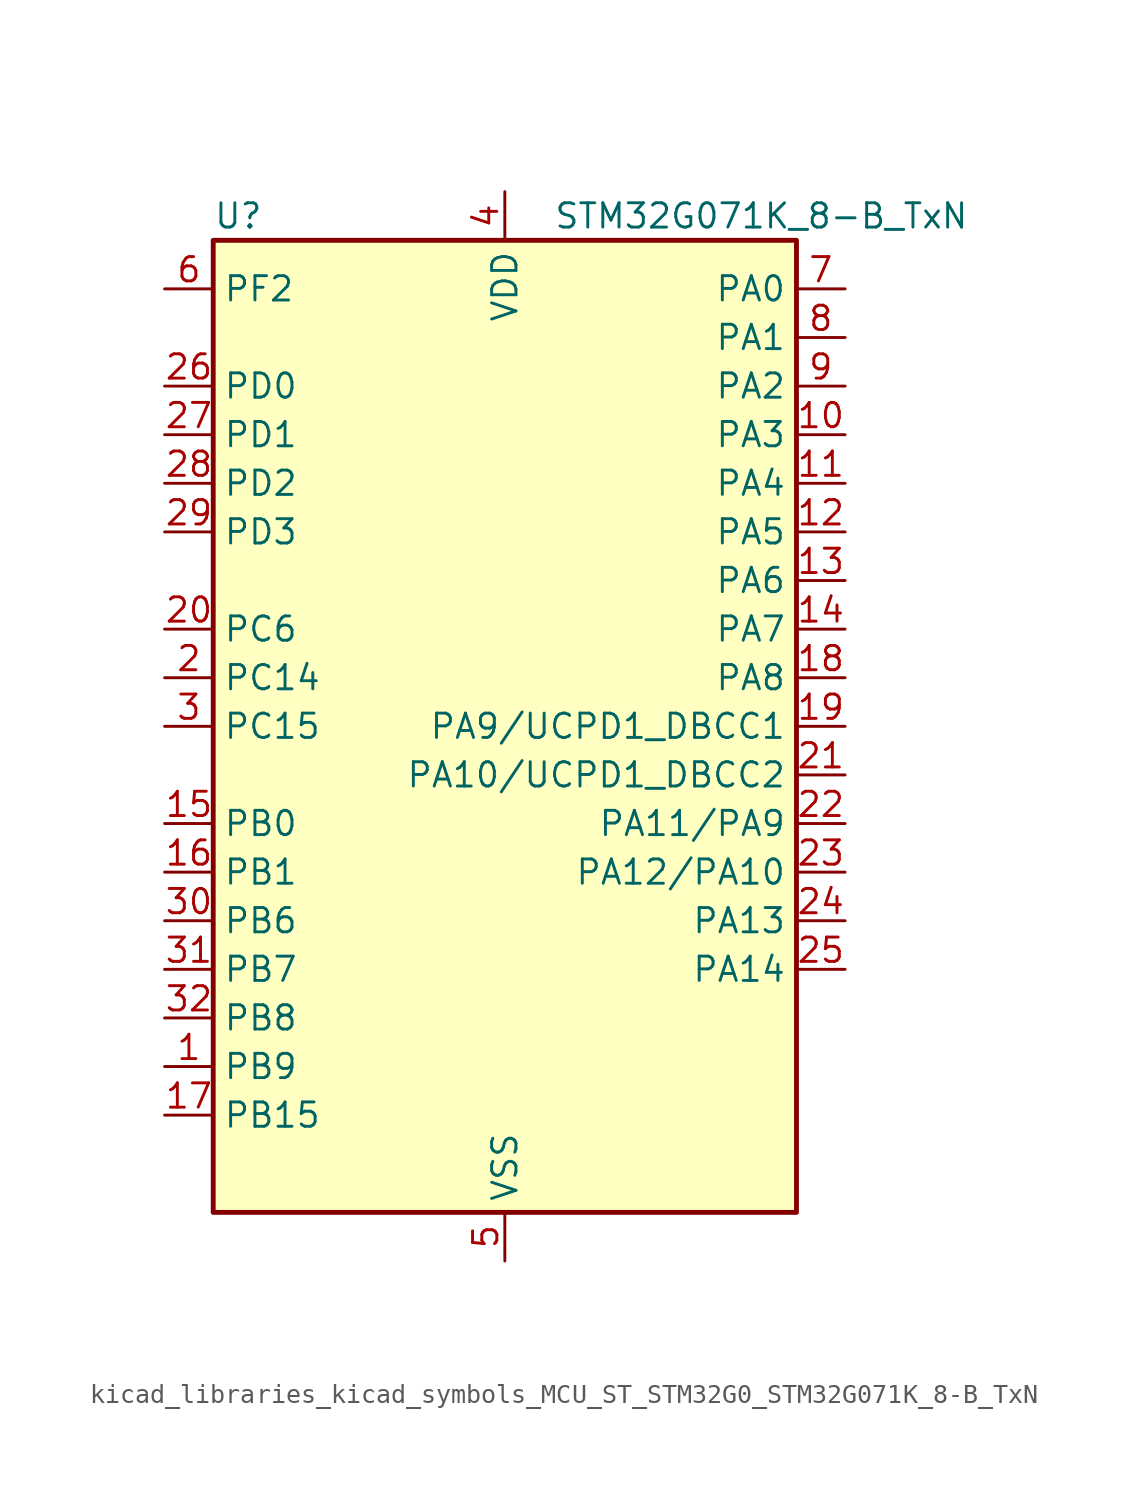
<source format=kicad_sym>
(kicad_symbol_lib
  (version 20220914)
  (generator kicad_symbol_editor)
  (symbol "kicad_libraries_kicad_symbols_MCU_ST_STM32G0_STM32G071K_8-B_TxN"
    (property "Reference" "U"
      (at -15.24 26.67 0)
      (effects (font (size 1.27 1.27)) (justify left)))
    (property "Value" "STM32G071K_8-B_TxN"
      (at 2.54 26.67 0)
      (effects (font (size 1.27 1.27)) (justify left)))
    (property "ki_locked" ""
      (at 0 0 0)
      (effects (font (size 1.27 1.27))))
    (symbol "kicad_libraries_kicad_symbols_MCU_ST_STM32G0_STM32G071K_8-B_TxN_0_1"
      (rectangle (start -15.24 -25.4) (end 15.24 25.4) (stroke (width 0.254) (type default)) (fill (type background))))
    (symbol "kicad_libraries_kicad_symbols_MCU_ST_STM32G0_STM32G071K_8-B_TxN_1_1"
      (pin bidirectional line (at -17.78 -17.78 0) (length 2.54) (name "PB9" (effects (font (size 1.27 1.27)))) (number "1" (effects (font (size 1.27 1.27)))) (alternate "DAC1_EXTI9" bidirectional line) (alternate "I2C1_SDA" bidirectional line) (alternate "IR_OUT" bidirectional line) (alternate "SPI2_NSS" bidirectional line) (alternate "TIM17_CH1" bidirectional line) (alternate "UCPD2_FRSTX1" bidirectional line) (alternate "UCPD2_FRSTX2" bidirectional line) (alternate "USART3_RX" bidirectional line))
      (pin bidirectional line (at 17.78 15.24 180) (length 2.54) (name "PA3" (effects (font (size 1.27 1.27)))) (number "10" (effects (font (size 1.27 1.27)))) (alternate "ADC1_IN3" bidirectional line) (alternate "COMP2_INP" bidirectional line) (alternate "LPUART1_RX" bidirectional line) (alternate "SPI2_MISO" bidirectional line) (alternate "TIM15_CH2" bidirectional line) (alternate "TIM2_CH4" bidirectional line) (alternate "UCPD2_FRSTX1" bidirectional line) (alternate "UCPD2_FRSTX2" bidirectional line) (alternate "USART2_RX" bidirectional line))
      (pin bidirectional line (at 17.78 12.7 180) (length 2.54) (name "PA4" (effects (font (size 1.27 1.27)))) (number "11" (effects (font (size 1.27 1.27)))) (alternate "ADC1_IN4" bidirectional line) (alternate "DAC1_OUT1" bidirectional line) (alternate "I2S1_WS" bidirectional line) (alternate "LPTIM2_OUT" bidirectional line) (alternate "RTC_OUT_ALARM" bidirectional line) (alternate "RTC_OUT_CALIB" bidirectional line) (alternate "RTC_TAMP_IN1" bidirectional line) (alternate "RTC_TS" bidirectional line) (alternate "SPI1_NSS" bidirectional line) (alternate "SPI2_MOSI" bidirectional line) (alternate "SYS_WKUP2" bidirectional line) (alternate "TIM14_CH1" bidirectional line) (alternate "UCPD2_FRSTX1" bidirectional line) (alternate "UCPD2_FRSTX2" bidirectional line))
      (pin bidirectional line (at 17.78 10.16 180) (length 2.54) (name "PA5" (effects (font (size 1.27 1.27)))) (number "12" (effects (font (size 1.27 1.27)))) (alternate "ADC1_IN5" bidirectional line) (alternate "CEC" bidirectional line) (alternate "DAC1_OUT2" bidirectional line) (alternate "I2S1_CK" bidirectional line) (alternate "LPTIM2_ETR" bidirectional line) (alternate "SPI1_SCK" bidirectional line) (alternate "TIM2_CH1" bidirectional line) (alternate "TIM2_ETR" bidirectional line) (alternate "UCPD1_FRSTX1" bidirectional line) (alternate "UCPD1_FRSTX2" bidirectional line) (alternate "USART3_TX" bidirectional line))
      (pin bidirectional line (at 17.78 7.62 180) (length 2.54) (name "PA6" (effects (font (size 1.27 1.27)))) (number "13" (effects (font (size 1.27 1.27)))) (alternate "ADC1_IN6" bidirectional line) (alternate "COMP1_OUT" bidirectional line) (alternate "I2S1_MCK" bidirectional line) (alternate "LPUART1_CTS" bidirectional line) (alternate "SPI1_MISO" bidirectional line) (alternate "TIM16_CH1" bidirectional line) (alternate "TIM1_BK" bidirectional line) (alternate "TIM3_CH1" bidirectional line) (alternate "USART3_CTS" bidirectional line) (alternate "USART3_NSS" bidirectional line))
      (pin bidirectional line (at 17.78 5.08 180) (length 2.54) (name "PA7" (effects (font (size 1.27 1.27)))) (number "14" (effects (font (size 1.27 1.27)))) (alternate "ADC1_IN7" bidirectional line) (alternate "COMP2_OUT" bidirectional line) (alternate "I2S1_SD" bidirectional line) (alternate "SPI1_MOSI" bidirectional line) (alternate "TIM14_CH1" bidirectional line) (alternate "TIM17_CH1" bidirectional line) (alternate "TIM1_CH1N" bidirectional line) (alternate "TIM3_CH2" bidirectional line) (alternate "UCPD1_FRSTX1" bidirectional line) (alternate "UCPD1_FRSTX2" bidirectional line))
      (pin bidirectional line (at -17.78 -5.08 0) (length 2.54) (name "PB0" (effects (font (size 1.27 1.27)))) (number "15" (effects (font (size 1.27 1.27)))) (alternate "ADC1_IN8" bidirectional line) (alternate "COMP1_OUT" bidirectional line) (alternate "I2S1_WS" bidirectional line) (alternate "LPTIM1_OUT" bidirectional line) (alternate "SPI1_NSS" bidirectional line) (alternate "TIM1_CH2N" bidirectional line) (alternate "TIM3_CH3" bidirectional line) (alternate "UCPD1_FRSTX1" bidirectional line) (alternate "UCPD1_FRSTX2" bidirectional line) (alternate "USART3_RX" bidirectional line))
      (pin bidirectional line (at -17.78 -7.62 0) (length 2.54) (name "PB1" (effects (font (size 1.27 1.27)))) (number "16" (effects (font (size 1.27 1.27)))) (alternate "ADC1_IN9" bidirectional line) (alternate "COMP1_INM" bidirectional line) (alternate "LPTIM2_IN1" bidirectional line) (alternate "LPUART1_DE" bidirectional line) (alternate "LPUART1_RTS" bidirectional line) (alternate "TIM14_CH1" bidirectional line) (alternate "TIM1_CH3N" bidirectional line) (alternate "TIM3_CH4" bidirectional line) (alternate "USART3_CK" bidirectional line) (alternate "USART3_DE" bidirectional line) (alternate "USART3_RTS" bidirectional line))
      (pin bidirectional line (at -17.78 -20.32 0) (length 2.54) (name "PB15" (effects (font (size 1.27 1.27)))) (number "17" (effects (font (size 1.27 1.27)))) (alternate "RTC_REFIN" bidirectional line) (alternate "SPI2_MOSI" bidirectional line) (alternate "TIM15_CH1N" bidirectional line) (alternate "TIM15_CH2" bidirectional line) (alternate "TIM1_CH3N" bidirectional line) (alternate "UCPD1_CC2" bidirectional line))
      (pin bidirectional line (at 17.78 2.54 180) (length 2.54) (name "PA8" (effects (font (size 1.27 1.27)))) (number "18" (effects (font (size 1.27 1.27)))) (alternate "LPTIM2_OUT" bidirectional line) (alternate "RCC_MCO" bidirectional line) (alternate "SPI2_NSS" bidirectional line) (alternate "TIM1_CH1" bidirectional line) (alternate "UCPD1_CC1" bidirectional line))
      (pin bidirectional line (at 17.78 0 180) (length 2.54) (name "PA9/UCPD1_DBCC1" (effects (font (size 1.27 1.27)))) (number "19" (effects (font (size 1.27 1.27)))) (alternate "DAC1_EXTI9" bidirectional line) (alternate "I2C1_SCL" bidirectional line) (alternate "RCC_MCO" bidirectional line) (alternate "SPI2_MISO" bidirectional line) (alternate "TIM15_BK" bidirectional line) (alternate "TIM1_CH2" bidirectional line) (alternate "UCPD1_DBCC1" bidirectional line) (alternate "USART1_TX" bidirectional line))
      (pin bidirectional line (at -17.78 2.54 0) (length 2.54) (name "PC14" (effects (font (size 1.27 1.27)))) (number "2" (effects (font (size 1.27 1.27)))) (alternate "RCC_OSC32_IN" bidirectional line) (alternate "RCC_OSC_IN" bidirectional line) (alternate "TIM1_BK2" bidirectional line))
      (pin bidirectional line (at -17.78 5.08 0) (length 2.54) (name "PC6" (effects (font (size 1.27 1.27)))) (number "20" (effects (font (size 1.27 1.27)))) (alternate "TIM2_CH3" bidirectional line) (alternate "TIM3_CH1" bidirectional line) (alternate "UCPD1_FRSTX1" bidirectional line) (alternate "UCPD1_FRSTX2" bidirectional line))
      (pin bidirectional line (at 17.78 -2.54 180) (length 2.54) (name "PA10/UCPD1_DBCC2" (effects (font (size 1.27 1.27)))) (number "21" (effects (font (size 1.27 1.27)))) (alternate "I2C1_SDA" bidirectional line) (alternate "SPI2_MOSI" bidirectional line) (alternate "TIM17_BK" bidirectional line) (alternate "TIM1_CH3" bidirectional line) (alternate "UCPD1_DBCC2" bidirectional line) (alternate "USART1_RX" bidirectional line))
      (pin bidirectional line (at 17.78 -5.08 180) (length 2.54) (name "PA11/PA9" (effects (font (size 1.27 1.27)))) (number "22" (effects (font (size 1.27 1.27)))) (alternate "ADC1_EXTI11" bidirectional line) (alternate "COMP1_OUT" bidirectional line) (alternate "I2C2_SCL" bidirectional line) (alternate "I2S1_MCK" bidirectional line) (alternate "SPI1_MISO" bidirectional line) (alternate "TIM1_BK2" bidirectional line) (alternate "TIM1_CH4" bidirectional line) (alternate "USART1_CTS" bidirectional line) (alternate "USART1_NSS" bidirectional line))
      (pin bidirectional line (at 17.78 -7.62 180) (length 2.54) (name "PA12/PA10" (effects (font (size 1.27 1.27)))) (number "23" (effects (font (size 1.27 1.27)))) (alternate "COMP2_OUT" bidirectional line) (alternate "I2C2_SDA" bidirectional line) (alternate "I2S1_SD" bidirectional line) (alternate "I2S_CKIN" bidirectional line) (alternate "SPI1_MOSI" bidirectional line) (alternate "TIM1_ETR" bidirectional line) (alternate "USART1_CK" bidirectional line) (alternate "USART1_DE" bidirectional line) (alternate "USART1_RTS" bidirectional line))
      (pin bidirectional line (at 17.78 -10.16 180) (length 2.54) (name "PA13" (effects (font (size 1.27 1.27)))) (number "24" (effects (font (size 1.27 1.27)))) (alternate "IR_OUT" bidirectional line) (alternate "SYS_SWDIO" bidirectional line))
      (pin bidirectional line (at 17.78 -12.7 180) (length 2.54) (name "PA14" (effects (font (size 1.27 1.27)))) (number "25" (effects (font (size 1.27 1.27)))) (alternate "SYS_SWCLK" bidirectional line) (alternate "USART2_TX" bidirectional line))
      (pin bidirectional line (at -17.78 17.78 0) (length 2.54) (name "PD0" (effects (font (size 1.27 1.27)))) (number "26" (effects (font (size 1.27 1.27)))) (alternate "SPI2_NSS" bidirectional line) (alternate "TIM16_CH1" bidirectional line) (alternate "UCPD2_CC1" bidirectional line))
      (pin bidirectional line (at -17.78 15.24 0) (length 2.54) (name "PD1" (effects (font (size 1.27 1.27)))) (number "27" (effects (font (size 1.27 1.27)))) (alternate "SPI2_SCK" bidirectional line) (alternate "TIM17_CH1" bidirectional line) (alternate "UCPD2_DBCC1" bidirectional line))
      (pin bidirectional line (at -17.78 12.7 0) (length 2.54) (name "PD2" (effects (font (size 1.27 1.27)))) (number "28" (effects (font (size 1.27 1.27)))) (alternate "TIM1_CH1N" bidirectional line) (alternate "TIM3_ETR" bidirectional line) (alternate "UCPD2_CC2" bidirectional line) (alternate "USART3_CK" bidirectional line) (alternate "USART3_DE" bidirectional line) (alternate "USART3_RTS" bidirectional line))
      (pin bidirectional line (at -17.78 10.16 0) (length 2.54) (name "PD3" (effects (font (size 1.27 1.27)))) (number "29" (effects (font (size 1.27 1.27)))) (alternate "SPI2_MISO" bidirectional line) (alternate "TIM1_CH2N" bidirectional line) (alternate "UCPD2_DBCC2" bidirectional line) (alternate "USART2_CTS" bidirectional line) (alternate "USART2_NSS" bidirectional line))
      (pin bidirectional line (at -17.78 0 0) (length 2.54) (name "PC15" (effects (font (size 1.27 1.27)))) (number "3" (effects (font (size 1.27 1.27)))) (alternate "RCC_OSC32_EN" bidirectional line) (alternate "RCC_OSC32_OUT" bidirectional line) (alternate "RCC_OSC_EN" bidirectional line) (alternate "TIM15_BK" bidirectional line))
      (pin bidirectional line (at -17.78 -10.16 0) (length 2.54) (name "PB6" (effects (font (size 1.27 1.27)))) (number "30" (effects (font (size 1.27 1.27)))) (alternate "COMP2_INP" bidirectional line) (alternate "I2C1_SCL" bidirectional line) (alternate "LPTIM1_ETR" bidirectional line) (alternate "SPI2_MISO" bidirectional line) (alternate "TIM16_CH1N" bidirectional line) (alternate "TIM1_CH3" bidirectional line) (alternate "USART1_TX" bidirectional line))
      (pin bidirectional line (at -17.78 -12.7 0) (length 2.54) (name "PB7" (effects (font (size 1.27 1.27)))) (number "31" (effects (font (size 1.27 1.27)))) (alternate "COMP2_INM" bidirectional line) (alternate "I2C1_SDA" bidirectional line) (alternate "LPTIM1_IN2" bidirectional line) (alternate "SPI2_MOSI" bidirectional line) (alternate "SYS_PVD_IN" bidirectional line) (alternate "TIM17_CH1N" bidirectional line) (alternate "USART1_RX" bidirectional line) (alternate "USART4_CTS" bidirectional line) (alternate "USART4_NSS" bidirectional line))
      (pin bidirectional line (at -17.78 -15.24 0) (length 2.54) (name "PB8" (effects (font (size 1.27 1.27)))) (number "32" (effects (font (size 1.27 1.27)))) (alternate "CEC" bidirectional line) (alternate "I2C1_SCL" bidirectional line) (alternate "SPI2_SCK" bidirectional line) (alternate "TIM15_BK" bidirectional line) (alternate "TIM16_CH1" bidirectional line) (alternate "USART3_TX" bidirectional line))
      (pin power_in line (at 0 27.94 270) (length 2.54) (name "VDD" (effects (font (size 1.27 1.27)))) (number "4" (effects (font (size 1.27 1.27)))))
      (pin power_in line (at 0 -27.94 90) (length 2.54) (name "VSS" (effects (font (size 1.27 1.27)))) (number "5" (effects (font (size 1.27 1.27)))))
      (pin bidirectional line (at -17.78 22.86 0) (length 2.54) (name "PF2" (effects (font (size 1.27 1.27)))) (number "6" (effects (font (size 1.27 1.27)))) (alternate "RCC_MCO" bidirectional line))
      (pin bidirectional line (at 17.78 22.86 180) (length 2.54) (name "PA0" (effects (font (size 1.27 1.27)))) (number "7" (effects (font (size 1.27 1.27)))) (alternate "ADC1_IN0" bidirectional line) (alternate "COMP1_INM" bidirectional line) (alternate "COMP1_OUT" bidirectional line) (alternate "LPTIM1_OUT" bidirectional line) (alternate "RTC_TAMP_IN2" bidirectional line) (alternate "SPI2_SCK" bidirectional line) (alternate "SYS_WKUP1" bidirectional line) (alternate "TIM2_CH1" bidirectional line) (alternate "TIM2_ETR" bidirectional line) (alternate "UCPD2_FRSTX1" bidirectional line) (alternate "UCPD2_FRSTX2" bidirectional line) (alternate "USART2_CTS" bidirectional line) (alternate "USART2_NSS" bidirectional line) (alternate "USART4_TX" bidirectional line))
      (pin bidirectional line (at 17.78 20.32 180) (length 2.54) (name "PA1" (effects (font (size 1.27 1.27)))) (number "8" (effects (font (size 1.27 1.27)))) (alternate "ADC1_IN1" bidirectional line) (alternate "COMP1_INP" bidirectional line) (alternate "I2C1_SMBA" bidirectional line) (alternate "I2S1_CK" bidirectional line) (alternate "SPI1_SCK" bidirectional line) (alternate "TIM15_CH1N" bidirectional line) (alternate "TIM2_CH2" bidirectional line) (alternate "USART2_CK" bidirectional line) (alternate "USART2_DE" bidirectional line) (alternate "USART2_RTS" bidirectional line) (alternate "USART4_RX" bidirectional line))
      (pin bidirectional line (at 17.78 17.78 180) (length 2.54) (name "PA2" (effects (font (size 1.27 1.27)))) (number "9" (effects (font (size 1.27 1.27)))) (alternate "ADC1_IN2" bidirectional line) (alternate "COMP2_INM" bidirectional line) (alternate "COMP2_OUT" bidirectional line) (alternate "I2S1_SD" bidirectional line) (alternate "LPUART1_TX" bidirectional line) (alternate "RCC_LSCO" bidirectional line) (alternate "SPI1_MOSI" bidirectional line) (alternate "SYS_WKUP4" bidirectional line) (alternate "TIM15_CH1" bidirectional line) (alternate "TIM2_CH3" bidirectional line) (alternate "UCPD1_FRSTX1" bidirectional line) (alternate "UCPD1_FRSTX2" bidirectional line) (alternate "USART2_TX" bidirectional line)))))
</source>
